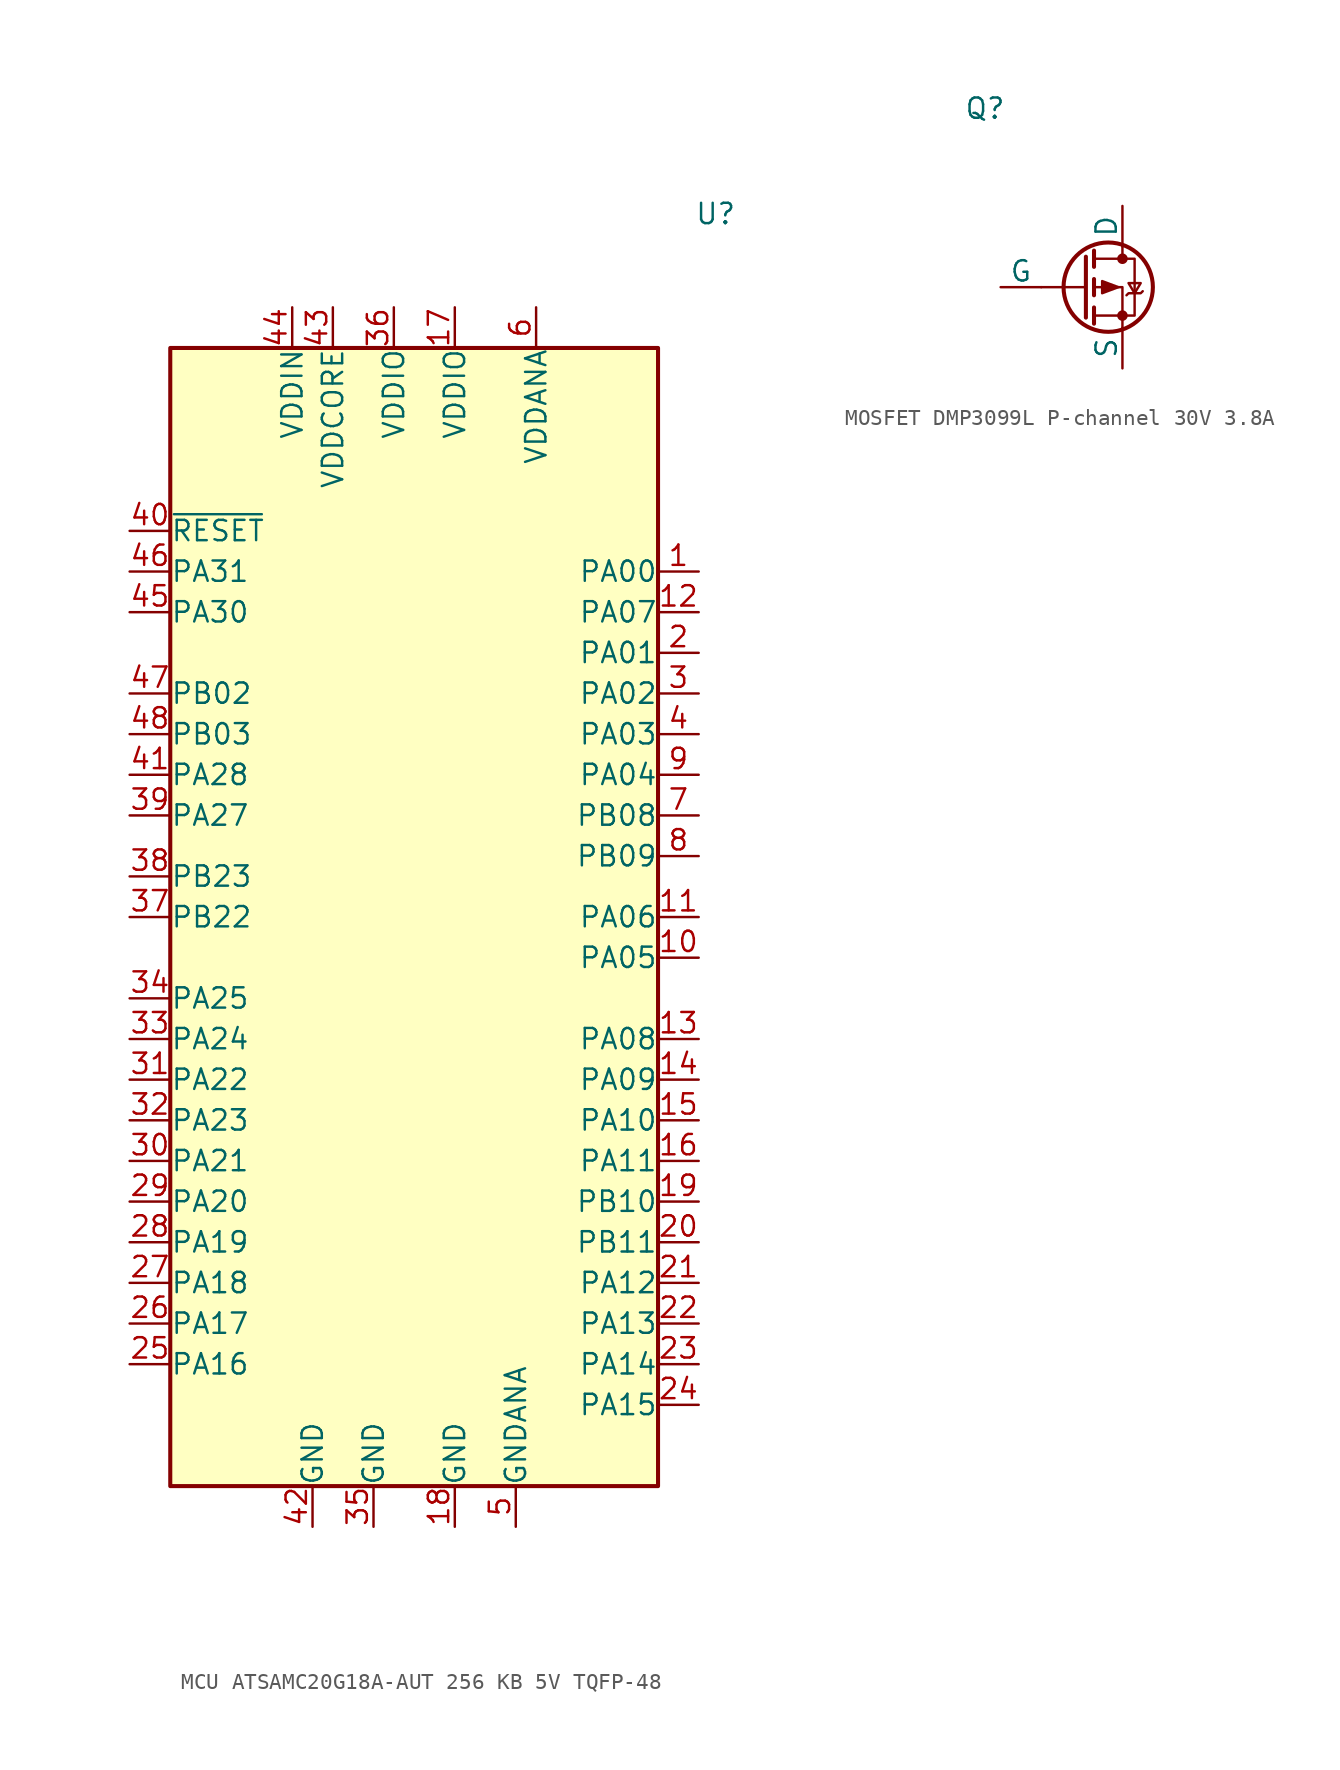
<source format=kicad_sym>
(kicad_symbol_lib
  (version 20241209)
  (generator "kicad_symbol_editor")
  (generator_version "9.0")
  (symbol "MCU ATSAMC20G18A-AUT 256 KB 5V TQFP-48"
    (pin_names
      (offset 0.002))
    (property "Reference" "U"
      (at 17.526 41.402 0)
      (effects (font (size 1.27 1.27)) (justify left)))
    (symbol "MCU ATSAMC20G18A-AUT 256 KB 5V TQFP-48_0_1"
      (rectangle (start -15.24 33.02) (end 15.24 -38.1) (stroke (width 0.254) (type default)) (fill (type background))))
    (symbol "MCU ATSAMC20G18A-AUT 256 KB 5V TQFP-48_1_1"
      (pin input line (at -17.78 21.59 0) (length 2.54) (name "~{RESET}" (effects (font (size 1.27 1.27)))) (number "40" (effects (font (size 1.27 1.27)))))
      (pin bidirectional line (at -17.78 19.05 0) (length 2.54) (name "PA31" (effects (font (size 1.27 1.27)))) (number "46" (effects (font (size 1.27 1.27)))))
      (pin bidirectional line (at -17.78 16.51 0) (length 2.54) (name "PA30" (effects (font (size 1.27 1.27)))) (number "45" (effects (font (size 1.27 1.27)))))
      (pin bidirectional line (at -17.78 11.43 0) (length 2.54) (name "PB02" (effects (font (size 1.27 1.27)))) (number "47" (effects (font (size 1.27 1.27)))))
      (pin bidirectional line (at -17.78 8.89 0) (length 2.54) (name "PB03" (effects (font (size 1.27 1.27)))) (number "48" (effects (font (size 1.27 1.27)))))
      (pin bidirectional line (at -17.78 6.35 0) (length 2.54) (name "PA28" (effects (font (size 1.27 1.27)))) (number "41" (effects (font (size 1.27 1.27)))))
      (pin bidirectional line (at -17.78 3.81 0) (length 2.54) (name "PA27" (effects (font (size 1.27 1.27)))) (number "39" (effects (font (size 1.27 1.27)))))
      (pin bidirectional line (at -17.78 0 0) (length 2.54) (name "PB23" (effects (font (size 1.27 1.27)))) (number "38" (effects (font (size 1.27 1.27)))))
      (pin bidirectional line (at -17.78 -2.54 0) (length 2.54) (name "PB22" (effects (font (size 1.27 1.27)))) (number "37" (effects (font (size 1.27 1.27)))))
      (pin bidirectional line (at -17.78 -7.62 0) (length 2.54) (name "PA25" (effects (font (size 1.27 1.27)))) (number "34" (effects (font (size 1.27 1.27)))))
      (pin bidirectional line (at -17.78 -10.16 0) (length 2.54) (name "PA24" (effects (font (size 1.27 1.27)))) (number "33" (effects (font (size 1.27 1.27)))))
      (pin bidirectional line (at -17.78 -12.7 0) (length 2.54) (name "PA22" (effects (font (size 1.27 1.27)))) (number "31" (effects (font (size 1.27 1.27)))))
      (pin bidirectional line (at -17.78 -15.24 0) (length 2.54) (name "PA23" (effects (font (size 1.27 1.27)))) (number "32" (effects (font (size 1.27 1.27)))))
      (pin bidirectional line (at -17.78 -17.78 0) (length 2.54) (name "PA21" (effects (font (size 1.27 1.27)))) (number "30" (effects (font (size 1.27 1.27)))))
      (pin bidirectional line (at -17.78 -20.32 0) (length 2.54) (name "PA20" (effects (font (size 1.27 1.27)))) (number "29" (effects (font (size 1.27 1.27)))))
      (pin bidirectional line (at -17.78 -22.86 0) (length 2.54) (name "PA19" (effects (font (size 1.27 1.27)))) (number "28" (effects (font (size 1.27 1.27)))))
      (pin bidirectional line (at -17.78 -25.4 0) (length 2.54) (name "PA18" (effects (font (size 1.27 1.27)))) (number "27" (effects (font (size 1.27 1.27)))))
      (pin bidirectional line (at -17.78 -27.94 0) (length 2.54) (name "PA17" (effects (font (size 1.27 1.27)))) (number "26" (effects (font (size 1.27 1.27)))))
      (pin bidirectional line (at -17.78 -30.48 0) (length 2.54) (name "PA16" (effects (font (size 1.27 1.27)))) (number "25" (effects (font (size 1.27 1.27)))))
      (pin power_in line (at -7.62 35.56 270) (length 2.54) (name "VDDIN" (effects (font (size 1.27 1.27)))) (number "44" (effects (font (size 1.27 1.27)))))
      (pin passive line (at -6.35 -40.64 90) (length 2.54) (name "GND" (effects (font (size 1.27 1.27)))) (number "42" (effects (font (size 1.27 1.27)))))
      (pin power_out line (at -5.08 35.56 270) (length 2.54) (name "VDDCORE" (effects (font (size 1.27 1.27)))) (number "43" (effects (font (size 1.27 1.27)))))
      (pin passive line (at -2.54 -40.64 90) (length 2.54) (name "GND" (effects (font (size 1.27 1.27)))) (number "35" (effects (font (size 1.27 1.27)))))
      (pin passive line (at -1.27 35.56 270) (length 2.54) (name "VDDIO" (effects (font (size 1.27 1.27)))) (number "36" (effects (font (size 1.27 1.27)))))
      (pin power_in line (at 2.54 35.56 270) (length 2.54) (name "VDDIO" (effects (font (size 1.27 1.27)))) (number "17" (effects (font (size 1.27 1.27)))))
      (pin power_in line (at 2.54 -40.64 90) (length 2.54) (name "GND" (effects (font (size 1.27 1.27)))) (number "18" (effects (font (size 1.27 1.27)))))
      (pin power_in line (at 6.35 -40.64 90) (length 2.54) (name "GNDANA" (effects (font (size 1.27 1.27)))) (number "5" (effects (font (size 1.27 1.27)))))
      (pin input line (at 7.62 35.56 270) (length 2.54) (name "VDDANA" (effects (font (size 1.27 1.27)))) (number "6" (effects (font (size 1.27 1.27)))))
      (pin bidirectional line (at 17.78 19.05 180) (length 2.54) (name "PA00" (effects (font (size 1.27 1.27)))) (number "1" (effects (font (size 1.27 1.27)))))
      (pin bidirectional line (at 17.78 16.51 180) (length 2.54) (name "PA07" (effects (font (size 1.27 1.27)))) (number "12" (effects (font (size 1.27 1.27)))))
      (pin bidirectional line (at 17.78 13.97 180) (length 2.54) (name "PA01" (effects (font (size 1.27 1.27)))) (number "2" (effects (font (size 1.27 1.27)))))
      (pin bidirectional line (at 17.78 11.43 180) (length 2.54) (name "PA02" (effects (font (size 1.27 1.27)))) (number "3" (effects (font (size 1.27 1.27)))))
      (pin bidirectional line (at 17.78 8.89 180) (length 2.54) (name "PA03" (effects (font (size 1.27 1.27)))) (number "4" (effects (font (size 1.27 1.27)))))
      (pin bidirectional line (at 17.78 6.35 180) (length 2.54) (name "PA04" (effects (font (size 1.27 1.27)))) (number "9" (effects (font (size 1.27 1.27)))))
      (pin bidirectional line (at 17.78 3.81 180) (length 2.54) (name "PB08" (effects (font (size 1.27 1.27)))) (number "7" (effects (font (size 1.27 1.27)))))
      (pin bidirectional line (at 17.78 1.27 180) (length 2.54) (name "PB09" (effects (font (size 1.27 1.27)))) (number "8" (effects (font (size 1.27 1.27)))))
      (pin bidirectional line (at 17.78 -2.54 180) (length 2.54) (name "PA06" (effects (font (size 1.27 1.27)))) (number "11" (effects (font (size 1.27 1.27)))))
      (pin bidirectional line (at 17.78 -5.08 180) (length 2.54) (name "PA05" (effects (font (size 1.27 1.27)))) (number "10" (effects (font (size 1.27 1.27)))))
      (pin bidirectional line (at 17.78 -10.16 180) (length 2.54) (name "PA08" (effects (font (size 1.27 1.27)))) (number "13" (effects (font (size 1.27 1.27)))))
      (pin bidirectional line (at 17.78 -12.7 180) (length 2.54) (name "PA09" (effects (font (size 1.27 1.27)))) (number "14" (effects (font (size 1.27 1.27)))))
      (pin bidirectional line (at 17.78 -15.24 180) (length 2.54) (name "PA10" (effects (font (size 1.27 1.27)))) (number "15" (effects (font (size 1.27 1.27)))))
      (pin bidirectional line (at 17.78 -17.78 180) (length 2.54) (name "PA11" (effects (font (size 1.27 1.27)))) (number "16" (effects (font (size 1.27 1.27)))))
      (pin bidirectional line (at 17.78 -20.32 180) (length 2.54) (name "PB10" (effects (font (size 1.27 1.27)))) (number "19" (effects (font (size 1.27 1.27)))))
      (pin bidirectional line (at 17.78 -22.86 180) (length 2.54) (name "PB11" (effects (font (size 1.27 1.27)))) (number "20" (effects (font (size 1.27 1.27)))))
      (pin bidirectional line (at 17.78 -25.4 180) (length 2.54) (name "PA12" (effects (font (size 1.27 1.27)))) (number "21" (effects (font (size 1.27 1.27)))))
      (pin bidirectional line (at 17.78 -27.94 180) (length 2.54) (name "PA13" (effects (font (size 1.27 1.27)))) (number "22" (effects (font (size 1.27 1.27)))))
      (pin bidirectional line (at 17.78 -30.48 180) (length 2.54) (name "PA14" (effects (font (size 1.27 1.27)))) (number "23" (effects (font (size 1.27 1.27)))))
      (pin bidirectional line (at 17.78 -33.02 180) (length 2.54) (name "PA15" (effects (font (size 1.27 1.27)))) (number "24" (effects (font (size 1.27 1.27)))))))
  (symbol "MOSFET DMP3099L P-channel 30V 3.8A"
    (pin_numbers
      (hide yes))
    (pin_names
      (offset 0))
    (property "Reference" "Q"
      (at -9.906 11.176 0)
      (effects (font (size 1.27 1.27)) (justify left)))
    (symbol "MOSFET DMP3099L P-channel 30V 3.8A_0_1"
      (polyline (pts (xy -2.286 1.905) (xy -2.286 -1.905)) (stroke (width 0.254) (type default)) (fill (type none)))
      (polyline (pts (xy -2.286 0) (xy -5.08 0)) (stroke (width 0) (type default)) (fill (type none)))
      (polyline (pts (xy -1.778 2.286) (xy -1.778 1.27)) (stroke (width 0.254) (type default)) (fill (type none)))
      (polyline (pts (xy -1.778 1.778) (xy 0.762 1.778) (xy 0.762 -1.778) (xy -1.778 -1.778)) (stroke (width 0) (type default)) (fill (type none)))
      (polyline (pts (xy -1.778 0.508) (xy -1.778 -0.508)) (stroke (width 0.254) (type default)) (fill (type none)))
      (polyline (pts (xy -1.778 -1.27) (xy -1.778 -2.286)) (stroke (width 0.254) (type default)) (fill (type none)))
      (circle (center -0.889 0) (radius 2.794) (stroke (width 0.254) (type default)) (fill (type none)))
      (polyline (pts (xy -0.254 0) (xy -1.27 0.381) (xy -1.27 -0.381) (xy -0.254 0)) (stroke (width 0) (type default)) (fill (type outline)))
      (polyline (pts (xy 0 2.54) (xy 0 1.778)) (stroke (width 0) (type default)) (fill (type none)))
      (circle (center 0 1.778) (radius 0.254) (stroke (width 0) (type default)) (fill (type outline)))
      (circle (center 0 -1.778) (radius 0.254) (stroke (width 0) (type default)) (fill (type outline)))
      (polyline (pts (xy 0 -2.54) (xy 0 0) (xy -1.778 0)) (stroke (width 0) (type default)) (fill (type none)))
      (polyline (pts (xy 0.254 -0.508) (xy 0.381 -0.381) (xy 1.143 -0.381) (xy 1.27 -0.254)) (stroke (width 0) (type default)) (fill (type none)))
      (polyline (pts (xy 0.762 -0.381) (xy 0.381 0.254) (xy 1.143 0.254) (xy 0.762 -0.381)) (stroke (width 0) (type default)) (fill (type none))))
    (symbol "MOSFET DMP3099L P-channel 30V 3.8A_1_1"
      (pin input line (at -7.62 0 0) (length 2.54) (name "G" (effects (font (size 1.27 1.27)))) (number "1" (effects (font (size 1.27 1.27)))))
      (pin passive line (at 0 5.08 270) (length 2.54) (name "D" (effects (font (size 1.27 1.27)))) (number "3" (effects (font (size 1.27 1.27)))))
      (pin passive line (at 0 -5.08 90) (length 2.54) (name "S" (effects (font (size 1.27 1.27)))) (number "2" (effects (font (size 1.27 1.27))))))))
</source>
